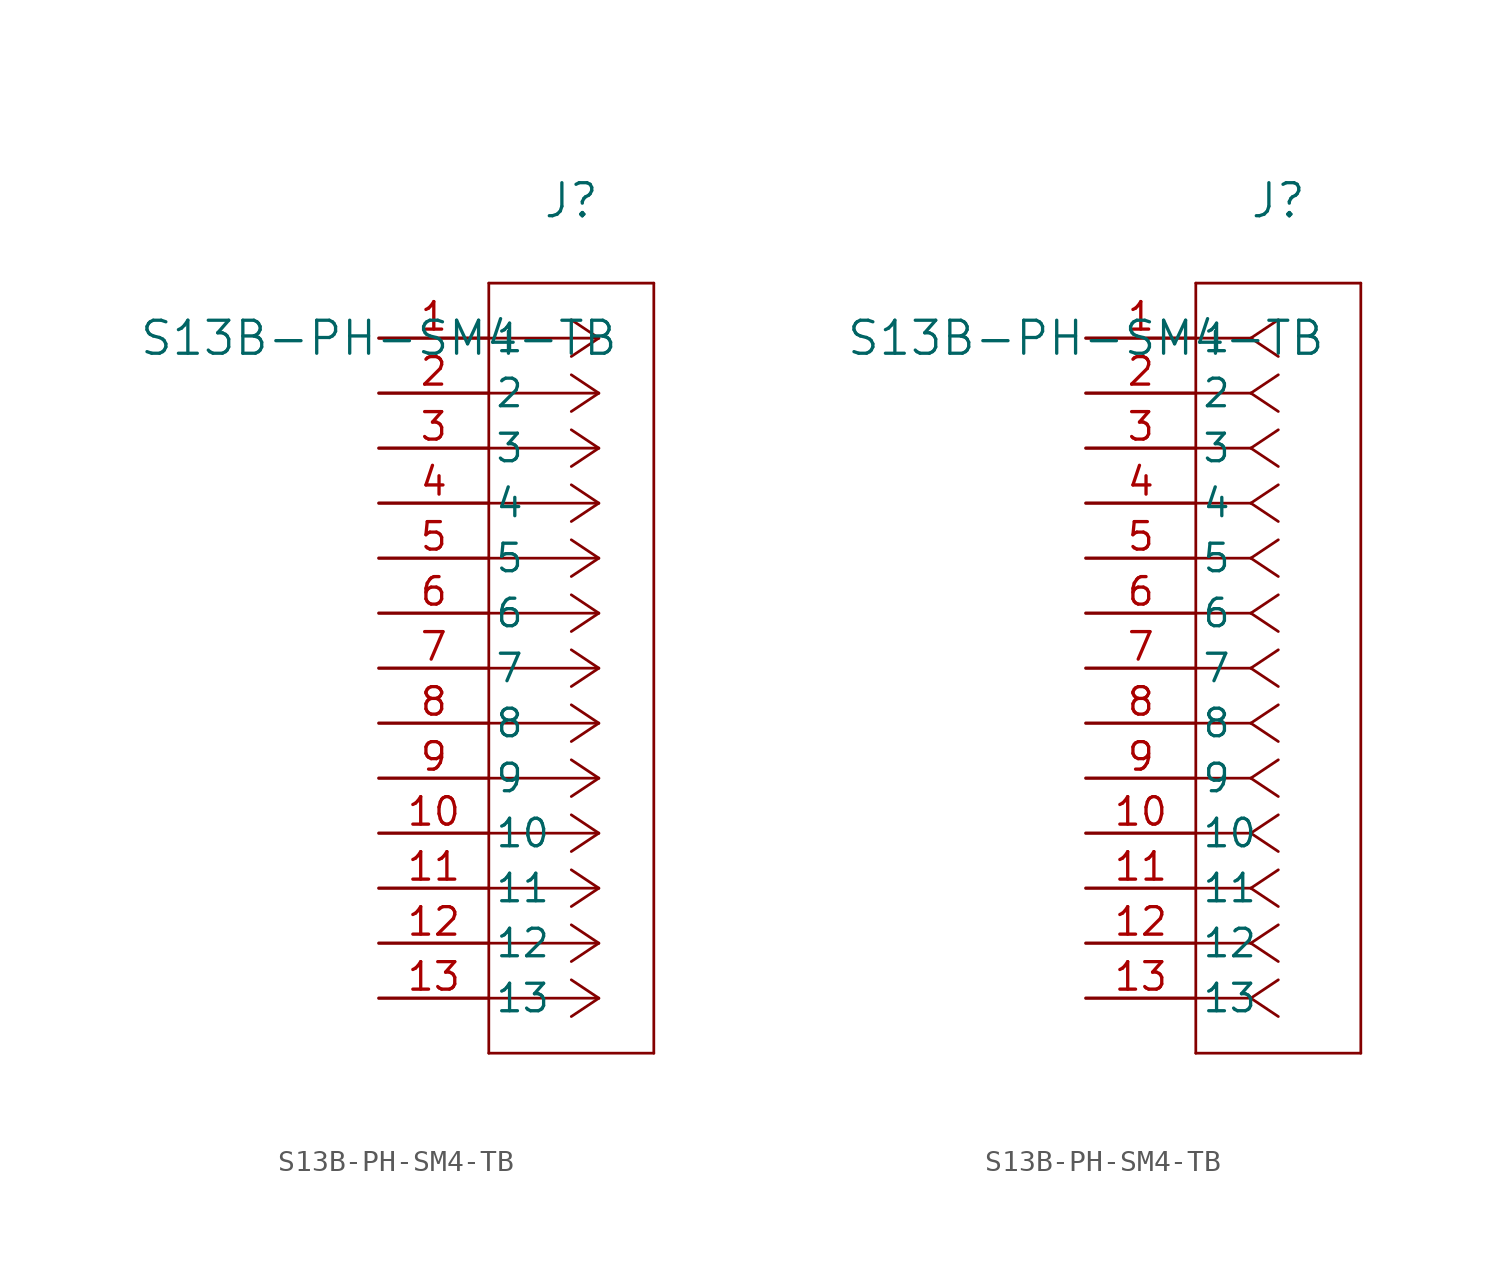
<source format=kicad_sym>
(kicad_symbol_lib
  (version 20211014)
  (generator kicad_symbol_editor)
  (symbol "S13B-PH-SM4-TB"
    (pin_names
      (offset 0.254))
    (property "Reference" "J"
      (at 8.89 6.35 0)
      (effects (font (size 1.524 1.524))))
    (property "Value" "S13B-PH-SM4-TB"
      (at 0 0 0)
      (effects (font (size 1.524 1.524))))
    (symbol "S13B-PH-SM4-TB_1_1"
      (polyline (pts (xy 10.16 0) (xy 5.08 0)) (stroke (width 0.127) (type default) (color 0 0 0 0)) (fill (type none)))
      (polyline (pts (xy 10.16 -2.54) (xy 5.08 -2.54)) (stroke (width 0.127) (type default) (color 0 0 0 0)) (fill (type none)))
      (polyline (pts (xy 10.16 -5.08) (xy 5.08 -5.08)) (stroke (width 0.127) (type default) (color 0 0 0 0)) (fill (type none)))
      (polyline (pts (xy 10.16 -7.62) (xy 5.08 -7.62)) (stroke (width 0.127) (type default) (color 0 0 0 0)) (fill (type none)))
      (polyline (pts (xy 10.16 -10.16) (xy 5.08 -10.16)) (stroke (width 0.127) (type default) (color 0 0 0 0)) (fill (type none)))
      (polyline (pts (xy 10.16 -12.7) (xy 5.08 -12.7)) (stroke (width 0.127) (type default) (color 0 0 0 0)) (fill (type none)))
      (polyline (pts (xy 10.16 -15.24) (xy 5.08 -15.24)) (stroke (width 0.127) (type default) (color 0 0 0 0)) (fill (type none)))
      (polyline (pts (xy 10.16 -17.78) (xy 5.08 -17.78)) (stroke (width 0.127) (type default) (color 0 0 0 0)) (fill (type none)))
      (polyline (pts (xy 10.16 -20.32) (xy 5.08 -20.32)) (stroke (width 0.127) (type default) (color 0 0 0 0)) (fill (type none)))
      (polyline (pts (xy 10.16 -22.86) (xy 5.08 -22.86)) (stroke (width 0.127) (type default) (color 0 0 0 0)) (fill (type none)))
      (polyline (pts (xy 10.16 -25.4) (xy 5.08 -25.4)) (stroke (width 0.127) (type default) (color 0 0 0 0)) (fill (type none)))
      (polyline (pts (xy 10.16 -27.94) (xy 5.08 -27.94)) (stroke (width 0.127) (type default) (color 0 0 0 0)) (fill (type none)))
      (polyline (pts (xy 10.16 -30.48) (xy 5.08 -30.48)) (stroke (width 0.127) (type default) (color 0 0 0 0)) (fill (type none)))
      (polyline (pts (xy 10.16 0) (xy 8.89 0.847)) (stroke (width 0.127) (type default) (color 0 0 0 0)) (fill (type none)))
      (polyline (pts (xy 10.16 -2.54) (xy 8.89 -1.693)) (stroke (width 0.127) (type default) (color 0 0 0 0)) (fill (type none)))
      (polyline (pts (xy 10.16 -5.08) (xy 8.89 -4.233)) (stroke (width 0.127) (type default) (color 0 0 0 0)) (fill (type none)))
      (polyline (pts (xy 10.16 -7.62) (xy 8.89 -6.773)) (stroke (width 0.127) (type default) (color 0 0 0 0)) (fill (type none)))
      (polyline (pts (xy 10.16 -10.16) (xy 8.89 -9.313)) (stroke (width 0.127) (type default) (color 0 0 0 0)) (fill (type none)))
      (polyline (pts (xy 10.16 -12.7) (xy 8.89 -11.853)) (stroke (width 0.127) (type default) (color 0 0 0 0)) (fill (type none)))
      (polyline (pts (xy 10.16 -15.24) (xy 8.89 -14.393)) (stroke (width 0.127) (type default) (color 0 0 0 0)) (fill (type none)))
      (polyline (pts (xy 10.16 -17.78) (xy 8.89 -16.933)) (stroke (width 0.127) (type default) (color 0 0 0 0)) (fill (type none)))
      (polyline (pts (xy 10.16 -20.32) (xy 8.89 -19.473)) (stroke (width 0.127) (type default) (color 0 0 0 0)) (fill (type none)))
      (polyline (pts (xy 10.16 -22.86) (xy 8.89 -22.013)) (stroke (width 0.127) (type default) (color 0 0 0 0)) (fill (type none)))
      (polyline (pts (xy 10.16 -25.4) (xy 8.89 -24.553)) (stroke (width 0.127) (type default) (color 0 0 0 0)) (fill (type none)))
      (polyline (pts (xy 10.16 -27.94) (xy 8.89 -27.093)) (stroke (width 0.127) (type default) (color 0 0 0 0)) (fill (type none)))
      (polyline (pts (xy 10.16 -30.48) (xy 8.89 -29.633)) (stroke (width 0.127) (type default) (color 0 0 0 0)) (fill (type none)))
      (polyline (pts (xy 10.16 0) (xy 8.89 -0.847)) (stroke (width 0.127) (type default) (color 0 0 0 0)) (fill (type none)))
      (polyline (pts (xy 10.16 -2.54) (xy 8.89 -3.387)) (stroke (width 0.127) (type default) (color 0 0 0 0)) (fill (type none)))
      (polyline (pts (xy 10.16 -5.08) (xy 8.89 -5.927)) (stroke (width 0.127) (type default) (color 0 0 0 0)) (fill (type none)))
      (polyline (pts (xy 10.16 -7.62) (xy 8.89 -8.467)) (stroke (width 0.127) (type default) (color 0 0 0 0)) (fill (type none)))
      (polyline (pts (xy 10.16 -10.16) (xy 8.89 -11.007)) (stroke (width 0.127) (type default) (color 0 0 0 0)) (fill (type none)))
      (polyline (pts (xy 10.16 -12.7) (xy 8.89 -13.547)) (stroke (width 0.127) (type default) (color 0 0 0 0)) (fill (type none)))
      (polyline (pts (xy 10.16 -15.24) (xy 8.89 -16.087)) (stroke (width 0.127) (type default) (color 0 0 0 0)) (fill (type none)))
      (polyline (pts (xy 10.16 -17.78) (xy 8.89 -18.627)) (stroke (width 0.127) (type default) (color 0 0 0 0)) (fill (type none)))
      (polyline (pts (xy 10.16 -20.32) (xy 8.89 -21.167)) (stroke (width 0.127) (type default) (color 0 0 0 0)) (fill (type none)))
      (polyline (pts (xy 10.16 -22.86) (xy 8.89 -23.707)) (stroke (width 0.127) (type default) (color 0 0 0 0)) (fill (type none)))
      (polyline (pts (xy 10.16 -25.4) (xy 8.89 -26.247)) (stroke (width 0.127) (type default) (color 0 0 0 0)) (fill (type none)))
      (polyline (pts (xy 10.16 -27.94) (xy 8.89 -28.787)) (stroke (width 0.127) (type default) (color 0 0 0 0)) (fill (type none)))
      (polyline (pts (xy 10.16 -30.48) (xy 8.89 -31.327)) (stroke (width 0.127) (type default) (color 0 0 0 0)) (fill (type none)))
      (polyline (pts (xy 5.08 2.54) (xy 5.08 -33.02)) (stroke (width 0.127) (type default) (color 0 0 0 0)) (fill (type none)))
      (polyline (pts (xy 5.08 -33.02) (xy 12.7 -33.02)) (stroke (width 0.127) (type default) (color 0 0 0 0)) (fill (type none)))
      (polyline (pts (xy 12.7 -33.02) (xy 12.7 2.54)) (stroke (width 0.127) (type default) (color 0 0 0 0)) (fill (type none)))
      (polyline (pts (xy 12.7 2.54) (xy 5.08 2.54)) (stroke (width 0.127) (type default) (color 0 0 0 0)) (fill (type none)))
      (pin unspecified line (at 0 0 0) (length 5.08) (name "1" (effects (font (size 1.27 1.27)))) (number "1" (effects (font (size 1.27 1.27)))))
      (pin unspecified line (at 0 -2.54 0) (length 5.08) (name "2" (effects (font (size 1.27 1.27)))) (number "2" (effects (font (size 1.27 1.27)))))
      (pin unspecified line (at 0 -5.08 0) (length 5.08) (name "3" (effects (font (size 1.27 1.27)))) (number "3" (effects (font (size 1.27 1.27)))))
      (pin unspecified line (at 0 -7.62 0) (length 5.08) (name "4" (effects (font (size 1.27 1.27)))) (number "4" (effects (font (size 1.27 1.27)))))
      (pin unspecified line (at 0 -10.16 0) (length 5.08) (name "5" (effects (font (size 1.27 1.27)))) (number "5" (effects (font (size 1.27 1.27)))))
      (pin unspecified line (at 0 -12.7 0) (length 5.08) (name "6" (effects (font (size 1.27 1.27)))) (number "6" (effects (font (size 1.27 1.27)))))
      (pin unspecified line (at 0 -15.24 0) (length 5.08) (name "7" (effects (font (size 1.27 1.27)))) (number "7" (effects (font (size 1.27 1.27)))))
      (pin unspecified line (at 0 -17.78 0) (length 5.08) (name "8" (effects (font (size 1.27 1.27)))) (number "8" (effects (font (size 1.27 1.27)))))
      (pin unspecified line (at 0 -20.32 0) (length 5.08) (name "9" (effects (font (size 1.27 1.27)))) (number "9" (effects (font (size 1.27 1.27)))))
      (pin unspecified line (at 0 -22.86 0) (length 5.08) (name "10" (effects (font (size 1.27 1.27)))) (number "10" (effects (font (size 1.27 1.27)))))
      (pin unspecified line (at 0 -25.4 0) (length 5.08) (name "11" (effects (font (size 1.27 1.27)))) (number "11" (effects (font (size 1.27 1.27)))))
      (pin unspecified line (at 0 -27.94 0) (length 5.08) (name "12" (effects (font (size 1.27 1.27)))) (number "12" (effects (font (size 1.27 1.27)))))
      (pin unspecified line (at 0 -30.48 0) (length 5.08) (name "13" (effects (font (size 1.27 1.27)))) (number "13" (effects (font (size 1.27 1.27))))))
    (symbol "S13B-PH-SM4-TB_1_2"
      (polyline (pts (xy 7.62 0) (xy 5.08 0)) (stroke (width 0.127) (type default) (color 0 0 0 0)) (fill (type none)))
      (polyline (pts (xy 7.62 -2.54) (xy 5.08 -2.54)) (stroke (width 0.127) (type default) (color 0 0 0 0)) (fill (type none)))
      (polyline (pts (xy 7.62 -5.08) (xy 5.08 -5.08)) (stroke (width 0.127) (type default) (color 0 0 0 0)) (fill (type none)))
      (polyline (pts (xy 7.62 -7.62) (xy 5.08 -7.62)) (stroke (width 0.127) (type default) (color 0 0 0 0)) (fill (type none)))
      (polyline (pts (xy 7.62 -10.16) (xy 5.08 -10.16)) (stroke (width 0.127) (type default) (color 0 0 0 0)) (fill (type none)))
      (polyline (pts (xy 7.62 -12.7) (xy 5.08 -12.7)) (stroke (width 0.127) (type default) (color 0 0 0 0)) (fill (type none)))
      (polyline (pts (xy 7.62 -15.24) (xy 5.08 -15.24)) (stroke (width 0.127) (type default) (color 0 0 0 0)) (fill (type none)))
      (polyline (pts (xy 7.62 -17.78) (xy 5.08 -17.78)) (stroke (width 0.127) (type default) (color 0 0 0 0)) (fill (type none)))
      (polyline (pts (xy 7.62 -20.32) (xy 5.08 -20.32)) (stroke (width 0.127) (type default) (color 0 0 0 0)) (fill (type none)))
      (polyline (pts (xy 7.62 -22.86) (xy 5.08 -22.86)) (stroke (width 0.127) (type default) (color 0 0 0 0)) (fill (type none)))
      (polyline (pts (xy 7.62 -25.4) (xy 5.08 -25.4)) (stroke (width 0.127) (type default) (color 0 0 0 0)) (fill (type none)))
      (polyline (pts (xy 7.62 -27.94) (xy 5.08 -27.94)) (stroke (width 0.127) (type default) (color 0 0 0 0)) (fill (type none)))
      (polyline (pts (xy 7.62 -30.48) (xy 5.08 -30.48)) (stroke (width 0.127) (type default) (color 0 0 0 0)) (fill (type none)))
      (polyline (pts (xy 7.62 0) (xy 8.89 0.847)) (stroke (width 0.127) (type default) (color 0 0 0 0)) (fill (type none)))
      (polyline (pts (xy 7.62 -2.54) (xy 8.89 -1.693)) (stroke (width 0.127) (type default) (color 0 0 0 0)) (fill (type none)))
      (polyline (pts (xy 7.62 -5.08) (xy 8.89 -4.233)) (stroke (width 0.127) (type default) (color 0 0 0 0)) (fill (type none)))
      (polyline (pts (xy 7.62 -7.62) (xy 8.89 -6.773)) (stroke (width 0.127) (type default) (color 0 0 0 0)) (fill (type none)))
      (polyline (pts (xy 7.62 -10.16) (xy 8.89 -9.313)) (stroke (width 0.127) (type default) (color 0 0 0 0)) (fill (type none)))
      (polyline (pts (xy 7.62 -12.7) (xy 8.89 -11.853)) (stroke (width 0.127) (type default) (color 0 0 0 0)) (fill (type none)))
      (polyline (pts (xy 7.62 -15.24) (xy 8.89 -14.393)) (stroke (width 0.127) (type default) (color 0 0 0 0)) (fill (type none)))
      (polyline (pts (xy 7.62 -17.78) (xy 8.89 -16.933)) (stroke (width 0.127) (type default) (color 0 0 0 0)) (fill (type none)))
      (polyline (pts (xy 7.62 -20.32) (xy 8.89 -19.473)) (stroke (width 0.127) (type default) (color 0 0 0 0)) (fill (type none)))
      (polyline (pts (xy 7.62 -22.86) (xy 8.89 -22.013)) (stroke (width 0.127) (type default) (color 0 0 0 0)) (fill (type none)))
      (polyline (pts (xy 7.62 -25.4) (xy 8.89 -24.553)) (stroke (width 0.127) (type default) (color 0 0 0 0)) (fill (type none)))
      (polyline (pts (xy 7.62 -27.94) (xy 8.89 -27.093)) (stroke (width 0.127) (type default) (color 0 0 0 0)) (fill (type none)))
      (polyline (pts (xy 7.62 -30.48) (xy 8.89 -29.633)) (stroke (width 0.127) (type default) (color 0 0 0 0)) (fill (type none)))
      (polyline (pts (xy 7.62 0) (xy 8.89 -0.847)) (stroke (width 0.127) (type default) (color 0 0 0 0)) (fill (type none)))
      (polyline (pts (xy 7.62 -2.54) (xy 8.89 -3.387)) (stroke (width 0.127) (type default) (color 0 0 0 0)) (fill (type none)))
      (polyline (pts (xy 7.62 -5.08) (xy 8.89 -5.927)) (stroke (width 0.127) (type default) (color 0 0 0 0)) (fill (type none)))
      (polyline (pts (xy 7.62 -7.62) (xy 8.89 -8.467)) (stroke (width 0.127) (type default) (color 0 0 0 0)) (fill (type none)))
      (polyline (pts (xy 7.62 -10.16) (xy 8.89 -11.007)) (stroke (width 0.127) (type default) (color 0 0 0 0)) (fill (type none)))
      (polyline (pts (xy 7.62 -12.7) (xy 8.89 -13.547)) (stroke (width 0.127) (type default) (color 0 0 0 0)) (fill (type none)))
      (polyline (pts (xy 7.62 -15.24) (xy 8.89 -16.087)) (stroke (width 0.127) (type default) (color 0 0 0 0)) (fill (type none)))
      (polyline (pts (xy 7.62 -17.78) (xy 8.89 -18.627)) (stroke (width 0.127) (type default) (color 0 0 0 0)) (fill (type none)))
      (polyline (pts (xy 7.62 -20.32) (xy 8.89 -21.167)) (stroke (width 0.127) (type default) (color 0 0 0 0)) (fill (type none)))
      (polyline (pts (xy 7.62 -22.86) (xy 8.89 -23.707)) (stroke (width 0.127) (type default) (color 0 0 0 0)) (fill (type none)))
      (polyline (pts (xy 7.62 -25.4) (xy 8.89 -26.247)) (stroke (width 0.127) (type default) (color 0 0 0 0)) (fill (type none)))
      (polyline (pts (xy 7.62 -27.94) (xy 8.89 -28.787)) (stroke (width 0.127) (type default) (color 0 0 0 0)) (fill (type none)))
      (polyline (pts (xy 7.62 -30.48) (xy 8.89 -31.327)) (stroke (width 0.127) (type default) (color 0 0 0 0)) (fill (type none)))
      (polyline (pts (xy 5.08 2.54) (xy 5.08 -33.02)) (stroke (width 0.127) (type default) (color 0 0 0 0)) (fill (type none)))
      (polyline (pts (xy 5.08 -33.02) (xy 12.7 -33.02)) (stroke (width 0.127) (type default) (color 0 0 0 0)) (fill (type none)))
      (polyline (pts (xy 12.7 -33.02) (xy 12.7 2.54)) (stroke (width 0.127) (type default) (color 0 0 0 0)) (fill (type none)))
      (polyline (pts (xy 12.7 2.54) (xy 5.08 2.54)) (stroke (width 0.127) (type default) (color 0 0 0 0)) (fill (type none)))
      (pin unspecified line (at 0 0 0) (length 5.08) (name "1" (effects (font (size 1.27 1.27)))) (number "1" (effects (font (size 1.27 1.27)))))
      (pin unspecified line (at 0 -2.54 0) (length 5.08) (name "2" (effects (font (size 1.27 1.27)))) (number "2" (effects (font (size 1.27 1.27)))))
      (pin unspecified line (at 0 -5.08 0) (length 5.08) (name "3" (effects (font (size 1.27 1.27)))) (number "3" (effects (font (size 1.27 1.27)))))
      (pin unspecified line (at 0 -7.62 0) (length 5.08) (name "4" (effects (font (size 1.27 1.27)))) (number "4" (effects (font (size 1.27 1.27)))))
      (pin unspecified line (at 0 -10.16 0) (length 5.08) (name "5" (effects (font (size 1.27 1.27)))) (number "5" (effects (font (size 1.27 1.27)))))
      (pin unspecified line (at 0 -12.7 0) (length 5.08) (name "6" (effects (font (size 1.27 1.27)))) (number "6" (effects (font (size 1.27 1.27)))))
      (pin unspecified line (at 0 -15.24 0) (length 5.08) (name "7" (effects (font (size 1.27 1.27)))) (number "7" (effects (font (size 1.27 1.27)))))
      (pin unspecified line (at 0 -17.78 0) (length 5.08) (name "8" (effects (font (size 1.27 1.27)))) (number "8" (effects (font (size 1.27 1.27)))))
      (pin unspecified line (at 0 -20.32 0) (length 5.08) (name "9" (effects (font (size 1.27 1.27)))) (number "9" (effects (font (size 1.27 1.27)))))
      (pin unspecified line (at 0 -22.86 0) (length 5.08) (name "10" (effects (font (size 1.27 1.27)))) (number "10" (effects (font (size 1.27 1.27)))))
      (pin unspecified line (at 0 -25.4 0) (length 5.08) (name "11" (effects (font (size 1.27 1.27)))) (number "11" (effects (font (size 1.27 1.27)))))
      (pin unspecified line (at 0 -27.94 0) (length 5.08) (name "12" (effects (font (size 1.27 1.27)))) (number "12" (effects (font (size 1.27 1.27)))))
      (pin unspecified line (at 0 -30.48 0) (length 5.08) (name "13" (effects (font (size 1.27 1.27)))) (number "13" (effects (font (size 1.27 1.27))))))))
</source>
